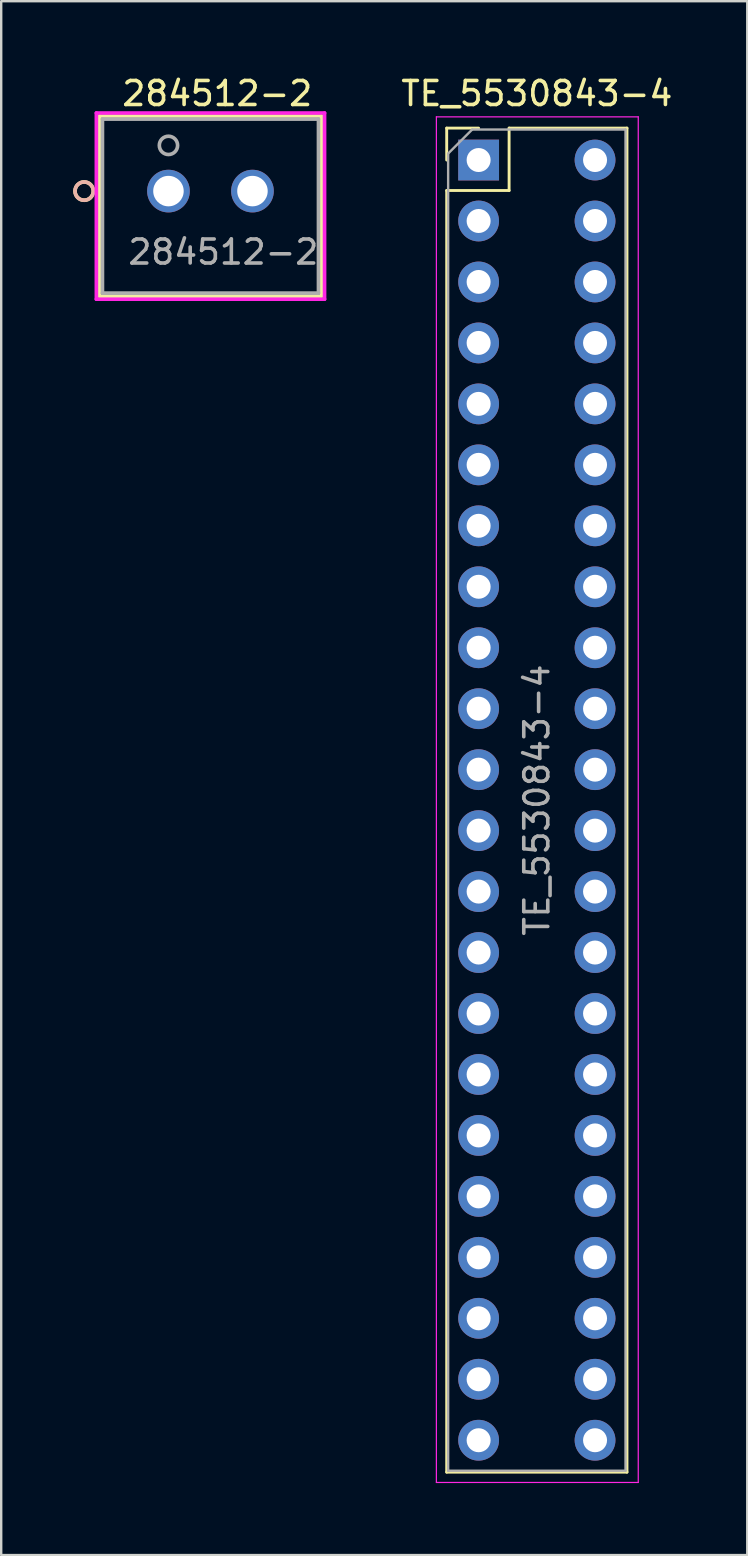
<source format=kicad_pcb>
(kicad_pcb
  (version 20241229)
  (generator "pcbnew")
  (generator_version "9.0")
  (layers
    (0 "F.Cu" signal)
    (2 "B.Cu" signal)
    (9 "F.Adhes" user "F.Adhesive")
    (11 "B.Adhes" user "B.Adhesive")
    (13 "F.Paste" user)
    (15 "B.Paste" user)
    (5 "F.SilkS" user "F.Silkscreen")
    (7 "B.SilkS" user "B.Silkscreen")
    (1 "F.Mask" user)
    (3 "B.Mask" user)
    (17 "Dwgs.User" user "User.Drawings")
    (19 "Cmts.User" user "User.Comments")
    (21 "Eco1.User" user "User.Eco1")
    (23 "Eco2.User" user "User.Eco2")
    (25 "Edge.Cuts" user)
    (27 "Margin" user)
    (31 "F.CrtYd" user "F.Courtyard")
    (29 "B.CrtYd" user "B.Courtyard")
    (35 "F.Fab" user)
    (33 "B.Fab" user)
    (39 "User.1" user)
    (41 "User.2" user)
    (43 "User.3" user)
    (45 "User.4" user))
  (footprint "284512-2"
    (layer "F.Cu")
    (at 3.969 4.912)
    (property "Reference" "284512-2" (at 2.032 -4.064 0) (layer "F.SilkS") (effects (font (size 1 1) (thickness 0.15))))
    (attr through_hole)
    (fp_line (start -2.877 -3.127) (end -2.877 4.377) (stroke (width 0.152) (type solid)) (layer "F.SilkS"))
    (fp_line (start -2.877 4.377) (end 6.377 4.377) (stroke (width 0.152) (type solid)) (layer "F.SilkS"))
    (fp_line (start 6.377 -3.127) (end -2.877 -3.127) (stroke (width 0.152) (type solid)) (layer "F.SilkS"))
    (fp_line (start 6.377 4.377) (end 6.377 -3.127) (stroke (width 0.152) (type solid)) (layer "F.SilkS"))
    (fp_circle (center -3.512 0) (end -3.131 0) (stroke (width 0.152) (type solid)) (fill no) (layer "F.SilkS"))
    (fp_circle (center -3.512 0) (end -3.131 0) (stroke (width 0.152) (type solid)) (fill no) (layer "B.SilkS"))
    (fp_line (start -3.004 -3.254) (end -3.004 4.504) (stroke (width 0.152) (type solid)) (layer "F.CrtYd"))
    (fp_line (start -3.004 4.504) (end 6.504 4.504) (stroke (width 0.152) (type solid)) (layer "F.CrtYd"))
    (fp_line (start 6.504 -3.254) (end -3.004 -3.254) (stroke (width 0.152) (type solid)) (layer "F.CrtYd"))
    (fp_line (start 6.504 4.504) (end 6.504 -3.254) (stroke (width 0.152) (type solid)) (layer "F.CrtYd"))
    (fp_line (start -2.75 -3) (end -2.75 4.25) (stroke (width 0.152) (type solid)) (layer "F.Fab"))
    (fp_line (start -2.75 4.25) (end 6.25 4.25) (stroke (width 0.152) (type solid)) (layer "F.Fab"))
    (fp_line (start 6.25 -3) (end -2.75 -3) (stroke (width 0.152) (type solid)) (layer "F.Fab"))
    (fp_line (start 6.25 4.25) (end 6.25 -3) (stroke (width 0.152) (type solid)) (layer "F.Fab"))
    (fp_circle (center 0 -1.905) (end 0.381 -1.905) (stroke (width 0.152) (type solid)) (fill no) (layer "F.Fab"))
    (fp_text user "${REFERENCE}" (at 2.286 2.54 0) (layer "F.Fab") (effects (font (size 1 1) (thickness 0.15))))
    (pad "1" thru_hole circle (at -0.000001 0) (size 1.778 1.778) (drill 1.27) (layers "*.Cu" "*.Mask"))
    (pad "2" thru_hole circle (at 3.5 0) (size 1.778 1.778) (drill 1.27) (layers "*.Cu" "*.Mask")))
  (footprint "TE_5530843-4"
    (layer "F.Cu")
    (at 16.892 3.618)
    (property "Reference" "TE_5530843-4" (at 2.426 -2.77 0) (layer "F.SilkS") (effects (font (size 1 1) (thickness 0.15))))
    (attr through_hole)
    (fp_line (start -1.33 -1.33) (end -1.33 0) (stroke (width 0.12) (type solid)) (layer "F.SilkS"))
    (fp_line (start -1.33 1.27) (end -1.33 54.67) (stroke (width 0.12) (type solid)) (layer "F.SilkS"))
    (fp_line (start 0 -1.33) (end -1.33 -1.33) (stroke (width 0.12) (type solid)) (layer "F.SilkS"))
    (fp_line (start 1.27 -1.33) (end 1.27 1.27) (stroke (width 0.12) (type solid)) (layer "F.SilkS"))
    (fp_line (start 1.27 1.27) (end -1.33 1.27) (stroke (width 0.12) (type solid)) (layer "F.SilkS"))
    (fp_line (start 6.181 -1.33) (end 1.27 -1.33) (stroke (width 0.12) (type solid)) (layer "F.SilkS"))
    (fp_line (start 6.181 -1.33) (end 6.181 54.67) (stroke (width 0.12) (type solid)) (layer "F.SilkS"))
    (fp_line (start 6.181 54.67) (end -1.33 54.67) (stroke (width 0.12) (type solid)) (layer "F.SilkS"))
    (fp_line (start -1.76 -1.8) (end -1.76 55.1) (stroke (width 0.05) (type solid)) (layer "F.CrtYd"))
    (fp_line (start -1.76 55.1) (end 6.651 55.1) (stroke (width 0.05) (type solid)) (layer "F.CrtYd"))
    (fp_line (start 6.651 -1.8) (end -1.76 -1.8) (stroke (width 0.05) (type solid)) (layer "F.CrtYd"))
    (fp_line (start 6.651 55.1) (end 6.651 -1.8) (stroke (width 0.05) (type solid)) (layer "F.CrtYd"))
    (fp_line (start -1.27 -0.27) (end -1.27 54.61) (stroke (width 0.1) (type solid)) (layer "F.Fab"))
    (fp_line (start -1.27 54.61) (end 6.121 54.61) (stroke (width 0.1) (type solid)) (layer "F.Fab"))
    (fp_line (start -0.27 -1.27) (end -1.27 -0.27) (stroke (width 0.1) (type solid)) (layer "F.Fab"))
    (fp_line (start 6.121 -1.27) (end -0.27 -1.27) (stroke (width 0.1) (type solid)) (layer "F.Fab"))
    (fp_line (start 6.121 54.61) (end 6.121 -1.27) (stroke (width 0.1) (type solid)) (layer "F.Fab"))
    (fp_text user "${REFERENCE}" (at 2.426 26.67 90) (layer "F.Fab") (effects (font (size 1 1) (thickness 0.15))))
    (pad "1" thru_hole rect (at 0 0) (size 1.7 1.7) (drill 1) (layers "*.Cu" "*.Mask"))
    (pad "2" thru_hole oval (at 0 2.54) (size 1.7 1.7) (drill 1) (layers "*.Cu" "*.Mask"))
    (pad "3" thru_hole oval (at 0 5.08) (size 1.7 1.7) (drill 1) (layers "*.Cu" "*.Mask"))
    (pad "4" thru_hole oval (at 0 7.62) (size 1.7 1.7) (drill 1) (layers "*.Cu" "*.Mask"))
    (pad "5" thru_hole oval (at 0 10.16) (size 1.7 1.7) (drill 1) (layers "*.Cu" "*.Mask"))
    (pad "6" thru_hole oval (at 0 12.7) (size 1.7 1.7) (drill 1) (layers "*.Cu" "*.Mask"))
    (pad "7" thru_hole oval (at 0 15.24) (size 1.7 1.7) (drill 1) (layers "*.Cu" "*.Mask"))
    (pad "8" thru_hole oval (at 0 17.78) (size 1.7 1.7) (drill 1) (layers "*.Cu" "*.Mask"))
    (pad "9" thru_hole oval (at 0 20.32) (size 1.7 1.7) (drill 1) (layers "*.Cu" "*.Mask"))
    (pad "10" thru_hole oval (at 0 22.86) (size 1.7 1.7) (drill 1) (layers "*.Cu" "*.Mask"))
    (pad "11" thru_hole oval (at 0 25.4) (size 1.7 1.7) (drill 1) (layers "*.Cu" "*.Mask"))
    (pad "12" thru_hole oval (at 0 27.94) (size 1.7 1.7) (drill 1) (layers "*.Cu" "*.Mask"))
    (pad "13" thru_hole oval (at 0 30.48) (size 1.7 1.7) (drill 1) (layers "*.Cu" "*.Mask"))
    (pad "14" thru_hole oval (at 0 33.02) (size 1.7 1.7) (drill 1) (layers "*.Cu" "*.Mask"))
    (pad "15" thru_hole oval (at 0 35.56) (size 1.7 1.7) (drill 1) (layers "*.Cu" "*.Mask"))
    (pad "16" thru_hole oval (at 0 38.1) (size 1.7 1.7) (drill 1) (layers "*.Cu" "*.Mask"))
    (pad "17" thru_hole oval (at 0 40.64) (size 1.7 1.7) (drill 1) (layers "*.Cu" "*.Mask"))
    (pad "18" thru_hole oval (at 0 43.18) (size 1.7 1.7) (drill 1) (layers "*.Cu" "*.Mask"))
    (pad "19" thru_hole oval (at 0 45.72) (size 1.7 1.7) (drill 1) (layers "*.Cu" "*.Mask"))
    (pad "20" thru_hole oval (at 0 48.26) (size 1.7 1.7) (drill 1) (layers "*.Cu" "*.Mask"))
    (pad "21" thru_hole oval (at 0 50.8) (size 1.7 1.7) (drill 1) (layers "*.Cu" "*.Mask"))
    (pad "22" thru_hole oval (at 0 53.34) (size 1.7 1.7) (drill 1) (layers "*.Cu" "*.Mask"))
    (pad "A" thru_hole oval (at 4.851 0) (size 1.7 1.7) (drill 1) (layers "*.Cu" "*.Mask"))
    (pad "B" thru_hole oval (at 4.851 2.54) (size 1.7 1.7) (drill 1) (layers "*.Cu" "*.Mask"))
    (pad "C" thru_hole oval (at 4.851 5.08) (size 1.7 1.7) (drill 1) (layers "*.Cu" "*.Mask"))
    (pad "D" thru_hole oval (at 4.851 7.62) (size 1.7 1.7) (drill 1) (layers "*.Cu" "*.Mask"))
    (pad "E" thru_hole oval (at 4.851 10.16) (size 1.7 1.7) (drill 1) (layers "*.Cu" "*.Mask"))
    (pad "F" thru_hole oval (at 4.851 12.7) (size 1.7 1.7) (drill 1) (layers "*.Cu" "*.Mask"))
    (pad "H" thru_hole oval (at 4.851 15.24) (size 1.7 1.7) (drill 1) (layers "*.Cu" "*.Mask"))
    (pad "J" thru_hole oval (at 4.851 17.78) (size 1.7 1.7) (drill 1) (layers "*.Cu" "*.Mask"))
    (pad "K" thru_hole oval (at 4.851 20.32) (size 1.7 1.7) (drill 1) (layers "*.Cu" "*.Mask"))
    (pad "L" thru_hole oval (at 4.851 22.86) (size 1.7 1.7) (drill 1) (layers "*.Cu" "*.Mask"))
    (pad "M" thru_hole oval (at 4.851 25.4) (size 1.7 1.7) (drill 1) (layers "*.Cu" "*.Mask"))
    (pad "N" thru_hole oval (at 4.851 27.94) (size 1.7 1.7) (drill 1) (layers "*.Cu" "*.Mask"))
    (pad "P" thru_hole oval (at 4.851 30.48) (size 1.7 1.7) (drill 1) (layers "*.Cu" "*.Mask"))
    (pad "R" thru_hole oval (at 4.851 33.02) (size 1.7 1.7) (drill 1) (layers "*.Cu" "*.Mask"))
    (pad "S" thru_hole oval (at 4.851 35.56) (size 1.7 1.7) (drill 1) (layers "*.Cu" "*.Mask"))
    (pad "T" thru_hole oval (at 4.851 38.1) (size 1.7 1.7) (drill 1) (layers "*.Cu" "*.Mask"))
    (pad "U" thru_hole oval (at 4.851 40.64) (size 1.7 1.7) (drill 1) (layers "*.Cu" "*.Mask"))
    (pad "V" thru_hole oval (at 4.851 43.18) (size 1.7 1.7) (drill 1) (layers "*.Cu" "*.Mask"))
    (pad "W" thru_hole oval (at 4.851 45.72) (size 1.7 1.7) (drill 1) (layers "*.Cu" "*.Mask"))
    (pad "X" thru_hole oval (at 4.851 48.26) (size 1.7 1.7) (drill 1) (layers "*.Cu" "*.Mask"))
    (pad "Y" thru_hole oval (at 4.851 50.8) (size 1.7 1.7) (drill 1) (layers "*.Cu" "*.Mask"))
    (pad "Z" thru_hole oval (at 4.851 53.34) (size 1.7 1.7) (drill 1) (layers "*.Cu" "*.Mask")))
  (gr_rect
    (start -3 -3)
    (end 28.085 61.743)
    (stroke (width 0.1) (type default))
    (fill no)
    (layer "Edge.Cuts")))
</source>
